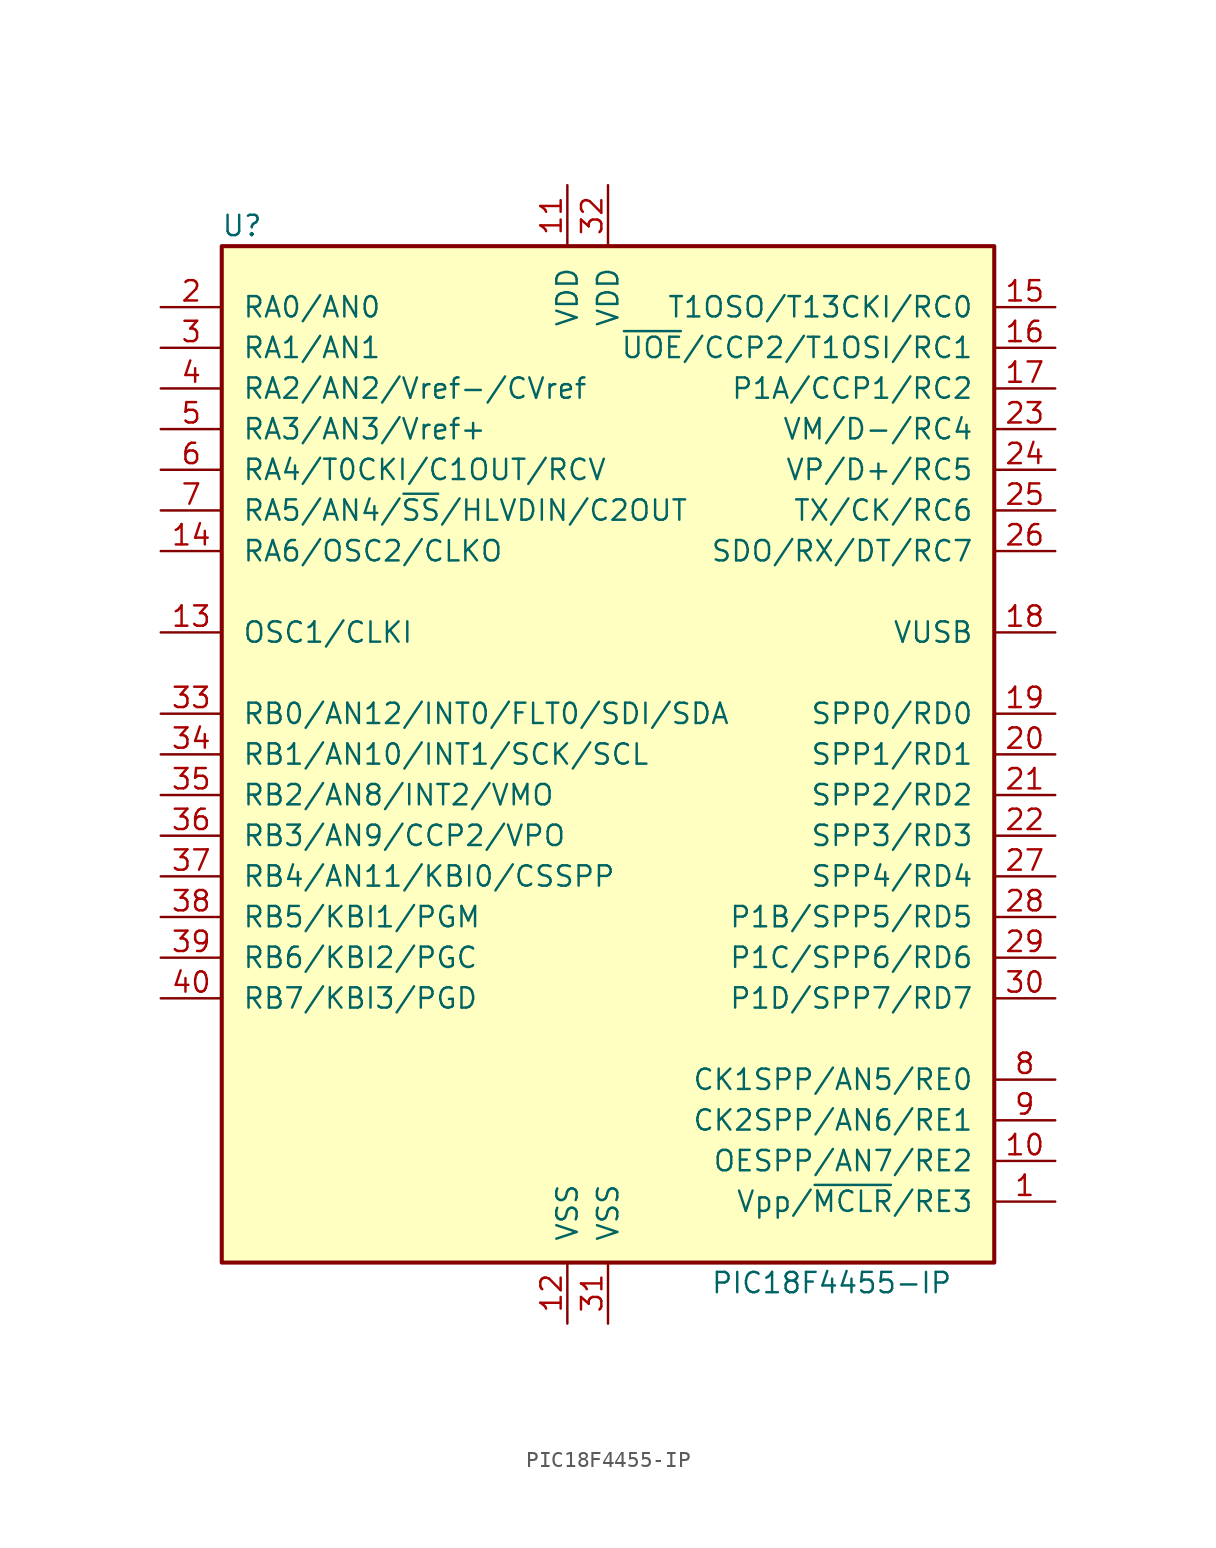
<source format=kicad_sym>
(kicad_symbol_lib
  (version 20211014)
  (generator kicad_symbol_editor)
  (symbol "PIC18F4455-IP"
    (pin_names
      (offset 1.27))
    (property "Reference" "U"
      (at -22.86 33.02 0)
      (effects (font (size 1.27 1.27))))
    (property "Value" "PIC18F4455-IP"
      (at 13.97 -33.02 0)
      (effects (font (size 1.27 1.27))))
    (symbol "PIC18F4455-IP_0_1"
      (rectangle (start -24.13 31.75) (end 24.13 -31.75) (stroke (width 0.254) (type default) (color 0 0 0 0)) (fill (type background))))
    (symbol "PIC18F4455-IP_1_1"
      (pin input line (at 27.94 -27.94 180) (length 3.81) (name "Vpp/~{MCLR}/RE3" (effects (font (size 1.27 1.27)))) (number "1" (effects (font (size 1.27 1.27)))))
      (pin bidirectional line (at 27.94 -25.4 180) (length 3.81) (name "OESPP/AN7/RE2" (effects (font (size 1.27 1.27)))) (number "10" (effects (font (size 1.27 1.27)))))
      (pin power_in line (at -2.54 35.56 270) (length 3.81) (name "VDD" (effects (font (size 1.27 1.27)))) (number "11" (effects (font (size 1.27 1.27)))))
      (pin power_in line (at -2.54 -35.56 90) (length 3.81) (name "VSS" (effects (font (size 1.27 1.27)))) (number "12" (effects (font (size 1.27 1.27)))))
      (pin input line (at -27.94 7.62 0) (length 3.81) (name "OSC1/CLKI" (effects (font (size 1.27 1.27)))) (number "13" (effects (font (size 1.27 1.27)))))
      (pin output line (at -27.94 12.7 0) (length 3.81) (name "RA6/OSC2/CLKO" (effects (font (size 1.27 1.27)))) (number "14" (effects (font (size 1.27 1.27)))))
      (pin bidirectional line (at 27.94 27.94 180) (length 3.81) (name "T1OSO/T13CKI/RC0" (effects (font (size 1.27 1.27)))) (number "15" (effects (font (size 1.27 1.27)))))
      (pin bidirectional line (at 27.94 25.4 180) (length 3.81) (name "~{UOE}/CCP2/T1OSI/RC1" (effects (font (size 1.27 1.27)))) (number "16" (effects (font (size 1.27 1.27)))))
      (pin bidirectional line (at 27.94 22.86 180) (length 3.81) (name "P1A/CCP1/RC2" (effects (font (size 1.27 1.27)))) (number "17" (effects (font (size 1.27 1.27)))))
      (pin bidirectional line (at 27.94 7.62 180) (length 3.81) (name "VUSB" (effects (font (size 1.27 1.27)))) (number "18" (effects (font (size 1.27 1.27)))))
      (pin bidirectional line (at 27.94 2.54 180) (length 3.81) (name "SPP0/RD0" (effects (font (size 1.27 1.27)))) (number "19" (effects (font (size 1.27 1.27)))))
      (pin bidirectional line (at -27.94 27.94 0) (length 3.81) (name "RA0/AN0" (effects (font (size 1.27 1.27)))) (number "2" (effects (font (size 1.27 1.27)))))
      (pin bidirectional line (at 27.94 0 180) (length 3.81) (name "SPP1/RD1" (effects (font (size 1.27 1.27)))) (number "20" (effects (font (size 1.27 1.27)))))
      (pin bidirectional line (at 27.94 -2.54 180) (length 3.81) (name "SPP2/RD2" (effects (font (size 1.27 1.27)))) (number "21" (effects (font (size 1.27 1.27)))))
      (pin bidirectional line (at 27.94 -5.08 180) (length 3.81) (name "SPP3/RD3" (effects (font (size 1.27 1.27)))) (number "22" (effects (font (size 1.27 1.27)))))
      (pin bidirectional line (at 27.94 20.32 180) (length 3.81) (name "VM/D-/RC4" (effects (font (size 1.27 1.27)))) (number "23" (effects (font (size 1.27 1.27)))))
      (pin bidirectional line (at 27.94 17.78 180) (length 3.81) (name "VP/D+/RC5" (effects (font (size 1.27 1.27)))) (number "24" (effects (font (size 1.27 1.27)))))
      (pin bidirectional line (at 27.94 15.24 180) (length 3.81) (name "TX/CK/RC6" (effects (font (size 1.27 1.27)))) (number "25" (effects (font (size 1.27 1.27)))))
      (pin bidirectional line (at 27.94 12.7 180) (length 3.81) (name "SDO/RX/DT/RC7" (effects (font (size 1.27 1.27)))) (number "26" (effects (font (size 1.27 1.27)))))
      (pin bidirectional line (at 27.94 -7.62 180) (length 3.81) (name "SPP4/RD4" (effects (font (size 1.27 1.27)))) (number "27" (effects (font (size 1.27 1.27)))))
      (pin bidirectional line (at 27.94 -10.16 180) (length 3.81) (name "P1B/SPP5/RD5" (effects (font (size 1.27 1.27)))) (number "28" (effects (font (size 1.27 1.27)))))
      (pin bidirectional line (at 27.94 -12.7 180) (length 3.81) (name "P1C/SPP6/RD6" (effects (font (size 1.27 1.27)))) (number "29" (effects (font (size 1.27 1.27)))))
      (pin bidirectional line (at -27.94 25.4 0) (length 3.81) (name "RA1/AN1" (effects (font (size 1.27 1.27)))) (number "3" (effects (font (size 1.27 1.27)))))
      (pin bidirectional line (at 27.94 -15.24 180) (length 3.81) (name "P1D/SPP7/RD7" (effects (font (size 1.27 1.27)))) (number "30" (effects (font (size 1.27 1.27)))))
      (pin power_in line (at 0 -35.56 90) (length 3.81) (name "VSS" (effects (font (size 1.27 1.27)))) (number "31" (effects (font (size 1.27 1.27)))))
      (pin power_in line (at 0 35.56 270) (length 3.81) (name "VDD" (effects (font (size 1.27 1.27)))) (number "32" (effects (font (size 1.27 1.27)))))
      (pin bidirectional line (at -27.94 2.54 0) (length 3.81) (name "RB0/AN12/INT0/FLT0/SDI/SDA" (effects (font (size 1.27 1.27)))) (number "33" (effects (font (size 1.27 1.27)))))
      (pin bidirectional line (at -27.94 0 0) (length 3.81) (name "RB1/AN10/INT1/SCK/SCL" (effects (font (size 1.27 1.27)))) (number "34" (effects (font (size 1.27 1.27)))))
      (pin bidirectional line (at -27.94 -2.54 0) (length 3.81) (name "RB2/AN8/INT2/VMO" (effects (font (size 1.27 1.27)))) (number "35" (effects (font (size 1.27 1.27)))))
      (pin bidirectional line (at -27.94 -5.08 0) (length 3.81) (name "RB3/AN9/CCP2/VPO" (effects (font (size 1.27 1.27)))) (number "36" (effects (font (size 1.27 1.27)))))
      (pin bidirectional line (at -27.94 -7.62 0) (length 3.81) (name "RB4/AN11/KBI0/CSSPP" (effects (font (size 1.27 1.27)))) (number "37" (effects (font (size 1.27 1.27)))))
      (pin bidirectional line (at -27.94 -10.16 0) (length 3.81) (name "RB5/KBI1/PGM" (effects (font (size 1.27 1.27)))) (number "38" (effects (font (size 1.27 1.27)))))
      (pin bidirectional line (at -27.94 -12.7 0) (length 3.81) (name "RB6/KBI2/PGC" (effects (font (size 1.27 1.27)))) (number "39" (effects (font (size 1.27 1.27)))))
      (pin bidirectional line (at -27.94 22.86 0) (length 3.81) (name "RA2/AN2/Vref-/CVref" (effects (font (size 1.27 1.27)))) (number "4" (effects (font (size 1.27 1.27)))))
      (pin bidirectional line (at -27.94 -15.24 0) (length 3.81) (name "RB7/KBI3/PGD" (effects (font (size 1.27 1.27)))) (number "40" (effects (font (size 1.27 1.27)))))
      (pin bidirectional line (at -27.94 20.32 0) (length 3.81) (name "RA3/AN3/Vref+" (effects (font (size 1.27 1.27)))) (number "5" (effects (font (size 1.27 1.27)))))
      (pin bidirectional line (at -27.94 17.78 0) (length 3.81) (name "RA4/T0CKI/C1OUT/RCV" (effects (font (size 1.27 1.27)))) (number "6" (effects (font (size 1.27 1.27)))))
      (pin bidirectional line (at -27.94 15.24 0) (length 3.81) (name "RA5/AN4/~{SS}/HLVDIN/C2OUT" (effects (font (size 1.27 1.27)))) (number "7" (effects (font (size 1.27 1.27)))))
      (pin bidirectional line (at 27.94 -20.32 180) (length 3.81) (name "CK1SPP/AN5/RE0" (effects (font (size 1.27 1.27)))) (number "8" (effects (font (size 1.27 1.27)))))
      (pin bidirectional line (at 27.94 -22.86 180) (length 3.81) (name "CK2SPP/AN6/RE1" (effects (font (size 1.27 1.27)))) (number "9" (effects (font (size 1.27 1.27))))))))
</source>
